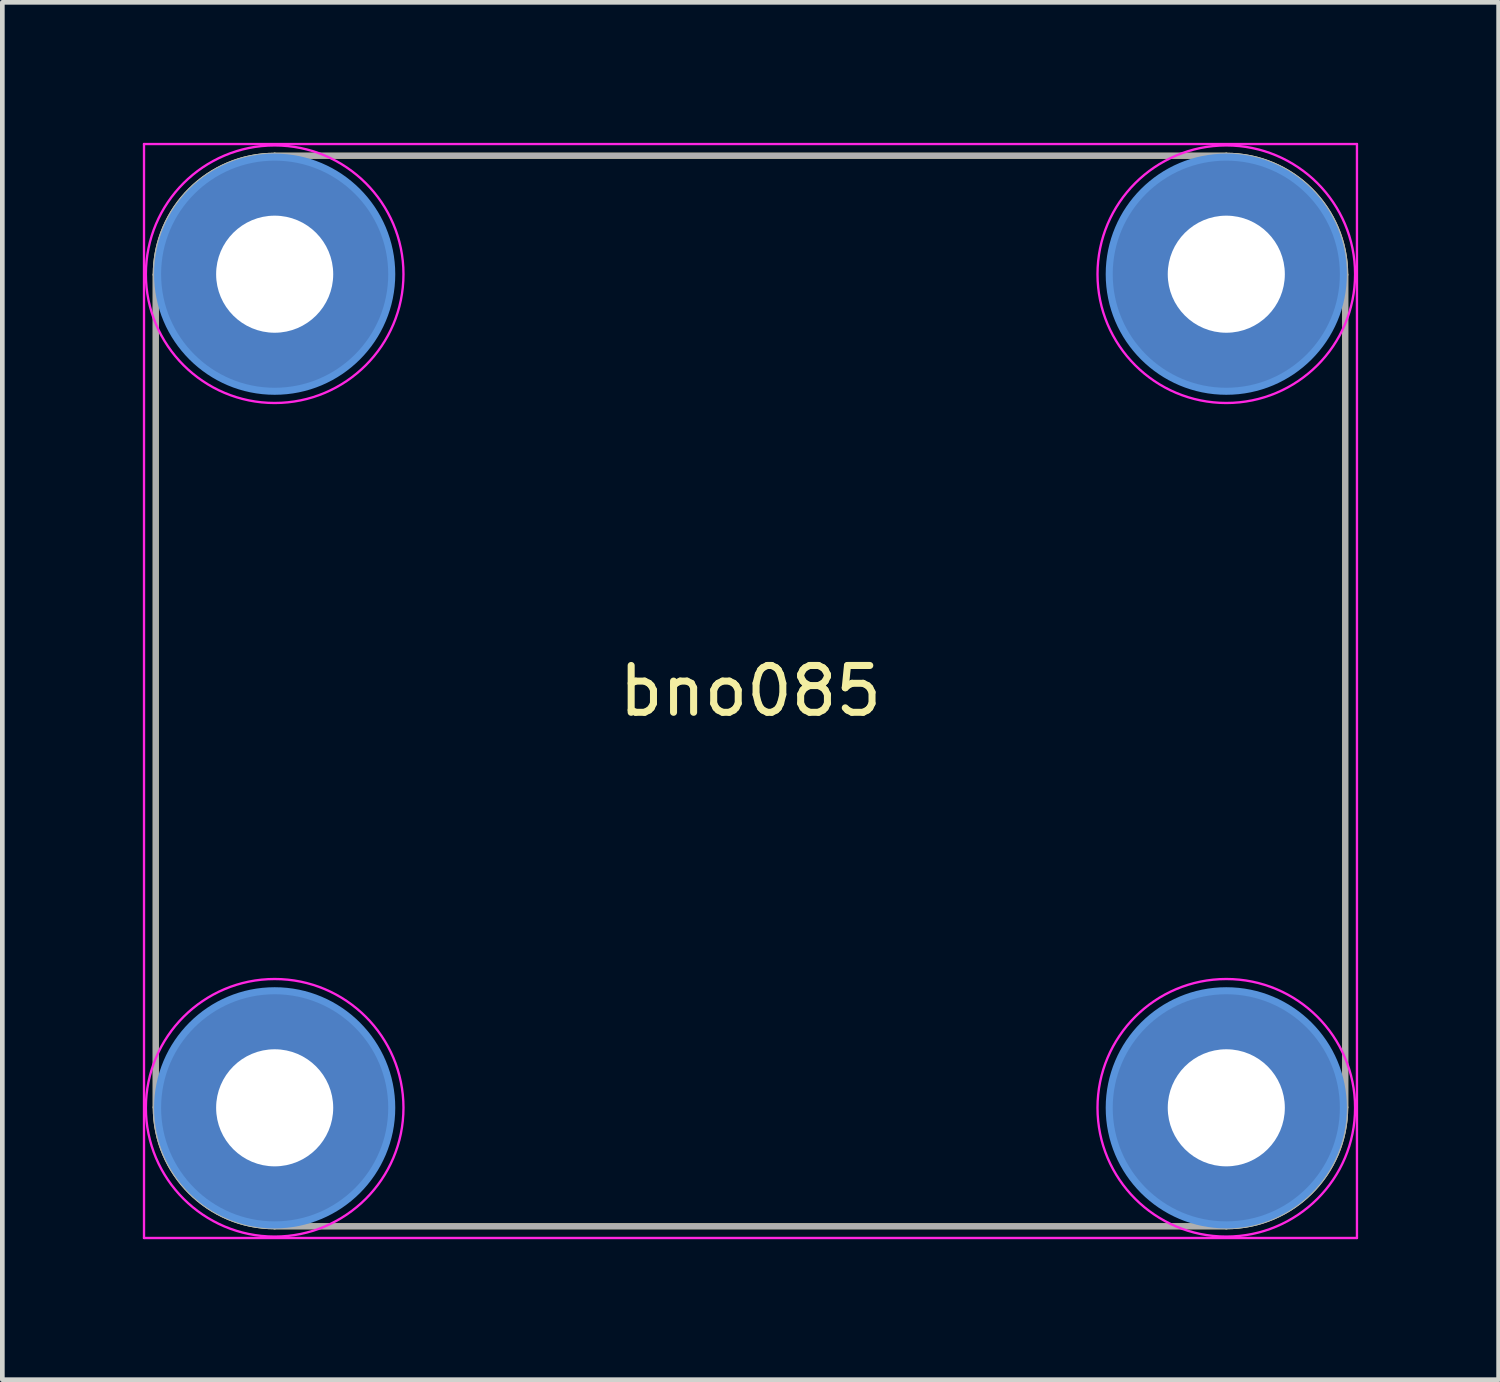
<source format=kicad_pcb>
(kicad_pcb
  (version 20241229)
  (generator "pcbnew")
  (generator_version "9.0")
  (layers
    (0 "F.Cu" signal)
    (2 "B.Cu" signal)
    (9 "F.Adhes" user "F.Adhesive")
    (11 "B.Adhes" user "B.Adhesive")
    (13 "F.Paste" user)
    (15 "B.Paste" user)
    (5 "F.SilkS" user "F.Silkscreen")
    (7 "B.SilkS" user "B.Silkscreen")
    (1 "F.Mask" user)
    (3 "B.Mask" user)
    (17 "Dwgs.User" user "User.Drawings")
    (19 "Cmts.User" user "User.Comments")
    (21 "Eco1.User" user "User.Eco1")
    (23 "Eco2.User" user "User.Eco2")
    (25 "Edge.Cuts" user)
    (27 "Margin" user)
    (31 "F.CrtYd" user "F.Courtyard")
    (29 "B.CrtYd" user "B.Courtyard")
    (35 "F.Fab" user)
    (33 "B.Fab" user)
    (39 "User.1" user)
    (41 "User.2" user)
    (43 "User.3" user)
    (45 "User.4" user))
  (footprint "bno085"
    (layer "F.Cu")
    (at 12.975 11.705)
    (property "Reference" "bno085" (at 0 0 0) (layer "F.SilkS") (effects (font (size 1 1) (thickness 0.15))))
    (attr through_hole)
    (fp_line (start -12.7 -8.89) (end -12.7 8.89) (stroke (width 0.127) (type solid)) (layer "F.SilkS"))
    (fp_line (start -10.16 11.43) (end 10.16 11.43) (stroke (width 0.127) (type solid)) (layer "F.SilkS"))
    (fp_line (start 10.16 -11.43) (end -10.16 -11.43) (stroke (width 0.127) (type solid)) (layer "F.SilkS"))
    (fp_line (start 12.7 8.89) (end 12.7 -8.89) (stroke (width 0.127) (type solid)) (layer "F.SilkS"))
    (fp_arc (start -12.7 -8.89) (mid -11.956051 -10.686051) (end -10.16 -11.43) (stroke (width 0.127) (type solid)) (layer "F.SilkS"))
    (fp_arc (start -10.16 11.43) (mid -11.956051 10.686051) (end -12.7 8.89) (stroke (width 0.127) (type solid)) (layer "F.SilkS"))
    (fp_arc (start 10.16 -11.43) (mid 11.956051 -10.686051) (end 12.7 -8.89) (stroke (width 0.127) (type solid)) (layer "F.SilkS"))
    (fp_arc (start 12.7 8.89) (mid 11.956051 10.686051) (end 10.16 11.43) (stroke (width 0.127) (type solid)) (layer "F.SilkS"))
    (fp_circle (center -10.16 -8.9) (end -7.66 -8.9) (stroke (width 0.15) (type solid)) (fill no) (layer "Cmts.User"))
    (fp_circle (center -10.16 8.9) (end -7.66 8.9) (stroke (width 0.15) (type solid)) (fill no) (layer "Cmts.User"))
    (fp_circle (center 10.16 -8.9) (end 12.66 -8.9) (stroke (width 0.15) (type solid)) (fill no) (layer "Cmts.User"))
    (fp_circle (center 10.16 8.9) (end 12.66 8.9) (stroke (width 0.15) (type solid)) (fill no) (layer "Cmts.User"))
    (fp_line (start -12.95 -11.68) (end -12.95 11.68) (stroke (width 0.05) (type solid)) (layer "F.CrtYd"))
    (fp_line (start -12.95 11.68) (end 12.95 11.68) (stroke (width 0.05) (type solid)) (layer "F.CrtYd"))
    (fp_line (start 12.95 -11.68) (end -12.95 -11.68) (stroke (width 0.05) (type solid)) (layer "F.CrtYd"))
    (fp_line (start 12.95 11.68) (end 12.95 -11.68) (stroke (width 0.05) (type solid)) (layer "F.CrtYd"))
    (fp_circle (center -10.16 -8.9) (end -7.41 -8.9) (stroke (width 0.05) (type solid)) (fill no) (layer "F.CrtYd"))
    (fp_circle (center -10.16 8.9) (end -7.41 8.9) (stroke (width 0.05) (type solid)) (fill no) (layer "F.CrtYd"))
    (fp_circle (center 10.16 -8.9) (end 12.91 -8.9) (stroke (width 0.05) (type solid)) (fill no) (layer "F.CrtYd"))
    (fp_circle (center 10.16 8.9) (end 12.91 8.9) (stroke (width 0.05) (type solid)) (fill no) (layer "F.CrtYd"))
    (fp_line (start -12.7 -8.89) (end -12.7 8.89) (stroke (width 0.127) (type solid)) (layer "F.Fab"))
    (fp_line (start -10.16 11.43) (end 10.16 11.43) (stroke (width 0.127) (type solid)) (layer "F.Fab"))
    (fp_line (start 10.16 -11.43) (end -10.16 -11.43) (stroke (width 0.127) (type solid)) (layer "F.Fab"))
    (fp_line (start 12.7 8.89) (end 12.7 -8.89) (stroke (width 0.127) (type solid)) (layer "F.Fab"))
    (fp_arc (start -12.7 -8.89) (mid -11.956051 -10.686051) (end -10.16 -11.43) (stroke (width 0.127) (type solid)) (layer "F.Fab"))
    (fp_arc (start -10.16 11.43) (mid -11.956051 10.686051) (end -12.7 8.89) (stroke (width 0.127) (type solid)) (layer "F.Fab"))
    (fp_arc (start 10.16 -11.43) (mid 11.956051 -10.686051) (end 12.7 -8.89) (stroke (width 0.127) (type solid)) (layer "F.Fab"))
    (fp_arc (start 12.7 8.89) (mid 11.956051 10.686051) (end 10.16 11.43) (stroke (width 0.127) (type solid)) (layer "F.Fab"))
    (pad "" thru_hole circle (at -10.16 -8.9) (size 5 5) (drill 2.5) (layers "*.Cu" "*.Mask"))
    (pad "" thru_hole circle (at -10.16 8.9) (size 5 5) (drill 2.5) (layers "*.Cu" "*.Mask"))
    (pad "" thru_hole circle (at 10.16 -8.9) (size 5 5) (drill 2.5) (layers "*.Cu" "*.Mask"))
    (pad "" thru_hole circle (at 10.16 8.9) (size 5 5) (drill 2.5) (layers "*.Cu" "*.Mask")))
  (gr_rect
    (start -3 -3)
    (end 28.95 26.41)
    (stroke (width 0.1) (type default))
    (fill no)
    (layer "Edge.Cuts")))
</source>
